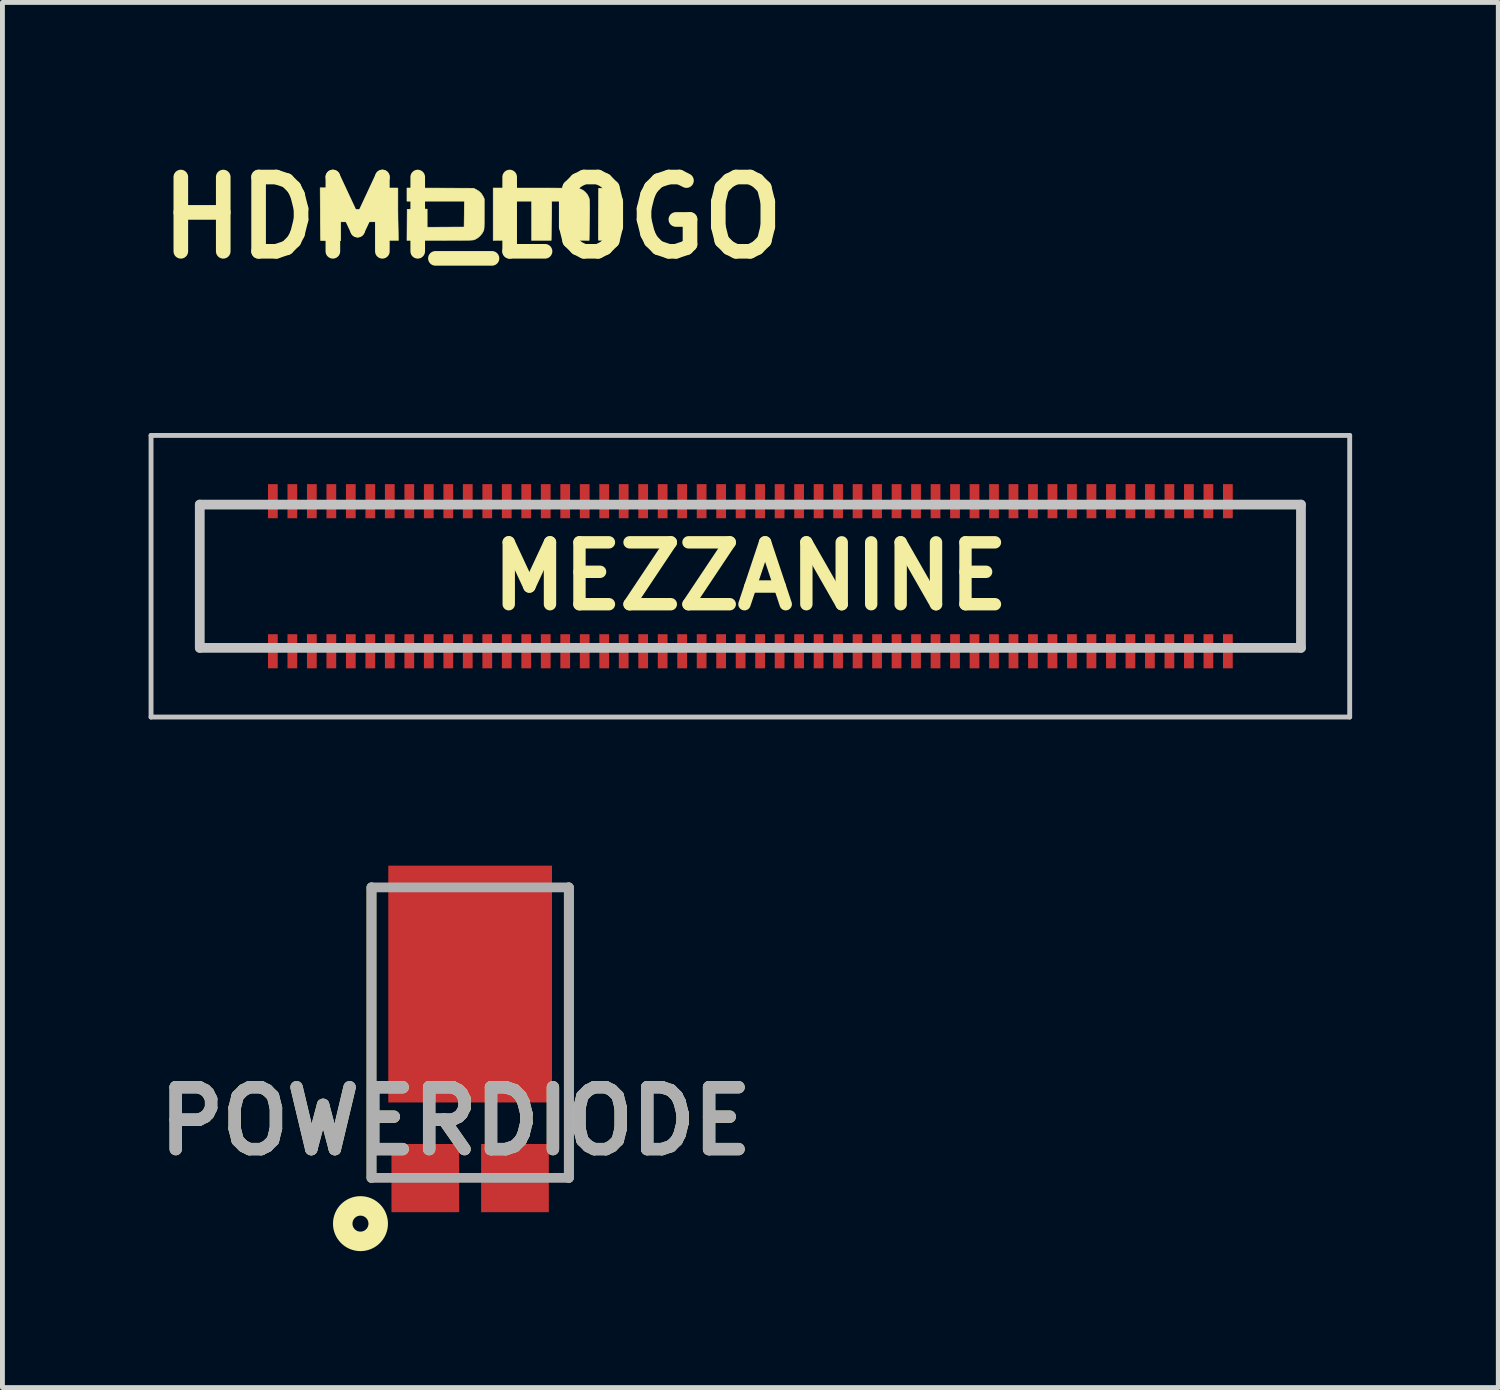
<source format=kicad_pcb>
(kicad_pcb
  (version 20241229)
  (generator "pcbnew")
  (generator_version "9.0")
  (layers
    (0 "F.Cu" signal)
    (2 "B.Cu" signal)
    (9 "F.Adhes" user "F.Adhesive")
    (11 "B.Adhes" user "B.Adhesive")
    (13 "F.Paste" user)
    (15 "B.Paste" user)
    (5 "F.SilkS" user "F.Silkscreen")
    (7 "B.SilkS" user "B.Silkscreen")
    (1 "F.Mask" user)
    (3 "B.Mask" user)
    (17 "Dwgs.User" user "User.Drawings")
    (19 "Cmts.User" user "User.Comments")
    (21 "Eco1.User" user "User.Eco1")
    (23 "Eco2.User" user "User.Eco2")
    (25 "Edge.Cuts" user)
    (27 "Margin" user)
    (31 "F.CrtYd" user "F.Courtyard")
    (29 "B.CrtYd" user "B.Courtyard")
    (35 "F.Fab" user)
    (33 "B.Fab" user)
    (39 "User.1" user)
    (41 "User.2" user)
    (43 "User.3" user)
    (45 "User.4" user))
  (footprint "POWERDIODE"
    (layer "F.Cu")
    (at 6.599 17.146)
    (property "Reference" "POWERDIODE" (at -0.297 2.813 0) (layer "F.SilkS") (effects (font (size 1.27 1.27) (thickness 0.254))))
    (attr smd)
    (fp_line (start -2.025 -1.984) (end -2.025 3.978) (stroke (width 0.2) (type solid)) (layer "F.SilkS"))
    (fp_line (start 2.025 3.978) (end 2.025 -1.984) (stroke (width 0.2) (type solid)) (layer "F.SilkS"))
    (fp_circle (center -2.251 4.917) (end -2.251 5.081) (stroke (width 0.4) (type solid)) (fill no) (layer "F.SilkS"))
    (fp_line (start -2.025 -1.984) (end 2.025 -1.984) (stroke (width 0.2) (type solid)) (layer "F.Fab"))
    (fp_line (start -2.025 3.978) (end -2.025 -1.984) (stroke (width 0.2) (type solid)) (layer "F.Fab"))
    (fp_line (start 2.025 -1.984) (end 2.025 3.978) (stroke (width 0.2) (type solid)) (layer "F.Fab"))
    (fp_line (start 2.025 3.978) (end -2.025 3.978) (stroke (width 0.2) (type solid)) (layer "F.Fab"))
    (fp_text user "${REFERENCE}" (at -0.297 2.813 0) (layer "F.Fab") (effects (font (size 1.27 1.27) (thickness 0.254))))
    (pad "1" smd rect (at 0 0) (size 3.36 4.86) (layers "F.Cu" "F.Mask" "F.Paste"))
    (pad "2" smd rect (at -0.92 3.982) (size 1.39 1.4) (layers "F.Cu" "F.Mask" "F.Paste"))
    (pad "2" smd rect (at 0.92 3.982) (size 1.39 1.4) (layers "F.Cu" "F.Mask" "F.Paste")))
  (footprint "HDMI_LOGO"
    (layer "F.Cu")
    (at 6.648 1.418)
    (property "Reference" "HDMI_LOGO" (at 0 0 0) (layer "F.SilkS") (effects (font (size 1.524 1.524) (thickness 0.3))))
    (attr through_hole)
    (fp_poly (pts (xy -2.711 -0.391) (xy -2.709 -0.169) (xy -1.943 -0.174) (xy -1.944 -0.392) (xy -1.945 -0.61) (xy -1.532 -0.61) (xy -1.532 -0.34) (xy -1.532 -0.256) (xy -1.532 -0.161) (xy -1.531 -0.06) (xy -1.53 0.04) (xy -1.528 0.133) (xy -1.527 0.198) (xy -1.521 0.466) (xy -1.939 0.466) (xy -1.939 0.085) (xy -2.322 0.085) (xy -2.705 0.085) (xy -2.705 0.47) (xy -2.91 0.472) (xy -2.967 0.473) (xy -3.018 0.472) (xy -3.061 0.472) (xy -3.094 0.471) (xy -3.114 0.469) (xy -3.119 0.468) (xy -3.119 0.458) (xy -3.12 0.434) (xy -3.121 0.395) (xy -3.122 0.343) (xy -3.122 0.281) (xy -3.123 0.208) (xy -3.124 0.127) (xy -3.125 0.04) (xy -3.125 -0.053) (xy -3.125 -0.076) (xy -3.128 -0.614) (xy -2.714 -0.614) (xy -2.711 -0.391)) (stroke (width 0.01) (type solid)) (fill yes) (layer "F.SilkS"))
    (fp_poly (pts (xy -0.663 -0.608) (xy 0.021 -0.605) (xy 0.069 -0.582) (xy 0.132 -0.543) (xy 0.181 -0.496) (xy 0.216 -0.44) (xy 0.217 -0.439) (xy 0.241 -0.385) (xy 0.241 -0.08) (xy 0.241 0.005) (xy 0.241 0.075) (xy 0.24 0.132) (xy 0.239 0.176) (xy 0.237 0.21) (xy 0.235 0.234) (xy 0.232 0.251) (xy 0.23 0.258) (xy 0.203 0.313) (xy 0.162 0.365) (xy 0.113 0.41) (xy 0.058 0.443) (xy 0.033 0.453) (xy 0.024 0.456) (xy 0.011 0.458) (xy -0.009 0.459) (xy -0.035 0.461) (xy -0.069 0.462) (xy -0.111 0.463) (xy -0.164 0.464) (xy -0.229 0.464) (xy -0.305 0.465) (xy -0.394 0.465) (xy -0.498 0.465) (xy -0.618 0.466) (xy -0.674 0.466) (xy -1.346 0.466) (xy -1.342 -0.174) (xy -0.931 -0.178) (xy -0.931 0.195) (xy -0.174 0.191) (xy -0.171 -0.074) (xy -0.169 -0.339) (xy -1.346 -0.339) (xy -1.346 -0.61) (xy -0.663 -0.608)) (stroke (width 0.01) (type solid)) (fill yes) (layer "F.SilkS"))
    (fp_poly (pts (xy 2.906 -0.608) (xy 2.944 -0.607) (xy 2.97 -0.606) (xy 2.985 -0.603) (xy 2.992 -0.6) (xy 2.993 -0.599) (xy 2.993 -0.589) (xy 2.994 -0.563) (xy 2.994 -0.524) (xy 2.994 -0.472) (xy 2.993 -0.409) (xy 2.993 -0.336) (xy 2.992 -0.255) (xy 2.992 -0.168) (xy 2.991 -0.076) (xy 2.99 -0.064) (xy 2.985 0.461) (xy 2.783 0.464) (xy 2.727 0.464) (xy 2.677 0.464) (xy 2.635 0.464) (xy 2.603 0.462) (xy 2.585 0.461) (xy 2.581 0.46) (xy 2.581 0.45) (xy 2.581 0.425) (xy 2.581 0.387) (xy 2.581 0.337) (xy 2.581 0.278) (xy 2.582 0.211) (xy 2.582 0.137) (xy 2.582 0.059) (xy 2.583 -0.021) (xy 2.583 -0.102) (xy 2.583 -0.182) (xy 2.584 -0.26) (xy 2.584 -0.332) (xy 2.585 -0.398) (xy 2.585 -0.456) (xy 2.585 -0.504) (xy 2.586 -0.54) (xy 2.586 -0.562) (xy 2.586 -0.567) (xy 2.587 -0.605) (xy 2.788 -0.608) (xy 2.855 -0.608) (xy 2.906 -0.608)) (stroke (width 0.01) (type solid)) (fill yes) (layer "F.SilkS"))
    (fp_poly (pts (xy 1.285 -0.609) (xy 1.443 -0.609) (xy 1.587 -0.609) (xy 1.716 -0.608) (xy 1.83 -0.608) (xy 1.929 -0.607) (xy 2.012 -0.606) (xy 2.079 -0.605) (xy 2.13 -0.604) (xy 2.165 -0.602) (xy 2.183 -0.601) (xy 2.184 -0.6) (xy 2.212 -0.591) (xy 2.245 -0.575) (xy 2.273 -0.559) (xy 2.319 -0.521) (xy 2.358 -0.473) (xy 2.385 -0.421) (xy 2.395 -0.389) (xy 2.398 -0.372) (xy 2.401 -0.347) (xy 2.402 -0.315) (xy 2.403 -0.272) (xy 2.404 -0.219) (xy 2.404 -0.155) (xy 2.403 -0.077) (xy 2.402 0.015) (xy 2.4 0.122) (xy 2.399 0.18) (xy 2.393 0.466) (xy 2.194 0.464) (xy 1.995 0.461) (xy 1.997 0.061) (xy 2 -0.339) (xy 1.626 -0.339) (xy 1.626 -0.192) (xy 1.625 -0.143) (xy 1.625 -0.082) (xy 1.624 -0.012) (xy 1.623 0.064) (xy 1.621 0.14) (xy 1.62 0.21) (xy 1.614 0.466) (xy 1.211 0.466) (xy 1.211 -0.339) (xy 0.838 -0.339) (xy 0.836 0.061) (xy 0.834 0.461) (xy 0.423 0.466) (xy 0.423 -0.61) (xy 1.285 -0.609)) (stroke (width 0.01) (type solid)) (fill yes) (layer "F.SilkS")))
  (footprint "MEZZANINE"
    (layer "F.Cu")
    (at 12.35 8.776)
    (property "Reference" "MEZZANINE" (at 0 0 0) (layer "F.SilkS") (effects (font (size 1.27 1.27) (thickness 0.254))))
    (attr smd)
    (fp_line (start -11.3 -1.47) (end -11.3 1.47) (stroke (width 0.1) (type solid)) (layer "F.SilkS"))
    (fp_line (start -11.3 1.47) (end -10 1.47) (stroke (width 0.1) (type solid)) (layer "F.SilkS"))
    (fp_line (start -10 -1.47) (end -11.3 -1.47) (stroke (width 0.1) (type solid)) (layer "F.SilkS"))
    (fp_line (start 10 -1.47) (end 11.3 -1.47) (stroke (width 0.1) (type solid)) (layer "F.SilkS"))
    (fp_line (start 11.3 -1.47) (end 11.3 1.47) (stroke (width 0.1) (type solid)) (layer "F.SilkS"))
    (fp_line (start 11.3 1.47) (end 10 1.47) (stroke (width 0.1) (type solid)) (layer "F.SilkS"))
    (fp_line (start -12.3 -2.89) (end 12.3 -2.89) (stroke (width 0.1) (type solid)) (layer "Dwgs.User"))
    (fp_line (start -12.3 2.89) (end -12.3 -2.89) (stroke (width 0.1) (type solid)) (layer "Dwgs.User"))
    (fp_line (start -11.3 -1.47) (end 11.3 -1.47) (stroke (width 0.2) (type solid)) (layer "Dwgs.User"))
    (fp_line (start -11.3 1.47) (end -11.3 -1.47) (stroke (width 0.2) (type solid)) (layer "Dwgs.User"))
    (fp_line (start 11.3 -1.47) (end 11.3 1.47) (stroke (width 0.2) (type solid)) (layer "Dwgs.User"))
    (fp_line (start 11.3 1.47) (end -11.3 1.47) (stroke (width 0.2) (type solid)) (layer "Dwgs.User"))
    (fp_line (start 12.3 -2.89) (end 12.3 2.89) (stroke (width 0.1) (type solid)) (layer "Dwgs.User"))
    (fp_line (start 12.3 2.89) (end -12.3 2.89) (stroke (width 0.1) (type solid)) (layer "Dwgs.User"))
    (pad "1" smd rect (at -9.8 1.54) (size 0.2 0.7) (layers "F.Cu" "F.Mask" "F.Paste"))
    (pad "2" smd rect (at -9.8 -1.54) (size 0.2 0.7) (layers "F.Cu" "F.Mask" "F.Paste"))
    (pad "3" smd rect (at -9.4 1.54) (size 0.2 0.7) (layers "F.Cu" "F.Mask" "F.Paste"))
    (pad "4" smd rect (at -9.4 -1.54) (size 0.2 0.7) (layers "F.Cu" "F.Mask" "F.Paste"))
    (pad "5" smd rect (at -9 1.54) (size 0.2 0.7) (layers "F.Cu" "F.Mask" "F.Paste"))
    (pad "6" smd rect (at -9 -1.54) (size 0.2 0.7) (layers "F.Cu" "F.Mask" "F.Paste"))
    (pad "7" smd rect (at -8.6 1.54) (size 0.2 0.7) (layers "F.Cu" "F.Mask" "F.Paste"))
    (pad "8" smd rect (at -8.6 -1.54) (size 0.2 0.7) (layers "F.Cu" "F.Mask" "F.Paste"))
    (pad "9" smd rect (at -8.2 1.54) (size 0.2 0.7) (layers "F.Cu" "F.Mask" "F.Paste"))
    (pad "10" smd rect (at -8.2 -1.54) (size 0.2 0.7) (layers "F.Cu" "F.Mask" "F.Paste"))
    (pad "11" smd rect (at -7.8 1.54) (size 0.2 0.7) (layers "F.Cu" "F.Mask" "F.Paste"))
    (pad "12" smd rect (at -7.8 -1.54) (size 0.2 0.7) (layers "F.Cu" "F.Mask" "F.Paste"))
    (pad "13" smd rect (at -7.4 1.54) (size 0.2 0.7) (layers "F.Cu" "F.Mask" "F.Paste"))
    (pad "14" smd rect (at -7.4 -1.54) (size 0.2 0.7) (layers "F.Cu" "F.Mask" "F.Paste"))
    (pad "15" smd rect (at -7 1.54) (size 0.2 0.7) (layers "F.Cu" "F.Mask" "F.Paste"))
    (pad "16" smd rect (at -7 -1.54) (size 0.2 0.7) (layers "F.Cu" "F.Mask" "F.Paste"))
    (pad "17" smd rect (at -6.6 1.54) (size 0.2 0.7) (layers "F.Cu" "F.Mask" "F.Paste"))
    (pad "18" smd rect (at -6.6 -1.54) (size 0.2 0.7) (layers "F.Cu" "F.Mask" "F.Paste"))
    (pad "19" smd rect (at -6.2 1.54) (size 0.2 0.7) (layers "F.Cu" "F.Mask" "F.Paste"))
    (pad "20" smd rect (at -6.2 -1.54) (size 0.2 0.7) (layers "F.Cu" "F.Mask" "F.Paste"))
    (pad "21" smd rect (at -5.8 1.54) (size 0.2 0.7) (layers "F.Cu" "F.Mask" "F.Paste"))
    (pad "22" smd rect (at -5.8 -1.54) (size 0.2 0.7) (layers "F.Cu" "F.Mask" "F.Paste"))
    (pad "23" smd rect (at -5.4 1.54) (size 0.2 0.7) (layers "F.Cu" "F.Mask" "F.Paste"))
    (pad "24" smd rect (at -5.4 -1.54) (size 0.2 0.7) (layers "F.Cu" "F.Mask" "F.Paste"))
    (pad "25" smd rect (at -5 1.54) (size 0.2 0.7) (layers "F.Cu" "F.Mask" "F.Paste"))
    (pad "26" smd rect (at -5 -1.54) (size 0.2 0.7) (layers "F.Cu" "F.Mask" "F.Paste"))
    (pad "27" smd rect (at -4.6 1.54) (size 0.2 0.7) (layers "F.Cu" "F.Mask" "F.Paste"))
    (pad "28" smd rect (at -4.6 -1.54) (size 0.2 0.7) (layers "F.Cu" "F.Mask" "F.Paste"))
    (pad "29" smd rect (at -4.2 1.54) (size 0.2 0.7) (layers "F.Cu" "F.Mask" "F.Paste"))
    (pad "30" smd rect (at -4.2 -1.54) (size 0.2 0.7) (layers "F.Cu" "F.Mask" "F.Paste"))
    (pad "31" smd rect (at -3.8 1.54) (size 0.2 0.7) (layers "F.Cu" "F.Mask" "F.Paste"))
    (pad "32" smd rect (at -3.8 -1.54) (size 0.2 0.7) (layers "F.Cu" "F.Mask" "F.Paste"))
    (pad "33" smd rect (at -3.4 1.54) (size 0.2 0.7) (layers "F.Cu" "F.Mask" "F.Paste"))
    (pad "34" smd rect (at -3.4 -1.54) (size 0.2 0.7) (layers "F.Cu" "F.Mask" "F.Paste"))
    (pad "35" smd rect (at -3 1.54) (size 0.2 0.7) (layers "F.Cu" "F.Mask" "F.Paste"))
    (pad "36" smd rect (at -3 -1.54) (size 0.2 0.7) (layers "F.Cu" "F.Mask" "F.Paste"))
    (pad "37" smd rect (at -2.6 1.54) (size 0.2 0.7) (layers "F.Cu" "F.Mask" "F.Paste"))
    (pad "38" smd rect (at -2.6 -1.54) (size 0.2 0.7) (layers "F.Cu" "F.Mask" "F.Paste"))
    (pad "39" smd rect (at -2.2 1.54) (size 0.2 0.7) (layers "F.Cu" "F.Mask" "F.Paste"))
    (pad "40" smd rect (at -2.2 -1.54) (size 0.2 0.7) (layers "F.Cu" "F.Mask" "F.Paste"))
    (pad "41" smd rect (at -1.8 1.54) (size 0.2 0.7) (layers "F.Cu" "F.Mask" "F.Paste"))
    (pad "42" smd rect (at -1.8 -1.54) (size 0.2 0.7) (layers "F.Cu" "F.Mask" "F.Paste"))
    (pad "43" smd rect (at -1.4 1.54) (size 0.2 0.7) (layers "F.Cu" "F.Mask" "F.Paste"))
    (pad "44" smd rect (at -1.4 -1.54) (size 0.2 0.7) (layers "F.Cu" "F.Mask" "F.Paste"))
    (pad "45" smd rect (at -1 1.54) (size 0.2 0.7) (layers "F.Cu" "F.Mask" "F.Paste"))
    (pad "46" smd rect (at -1 -1.54) (size 0.2 0.7) (layers "F.Cu" "F.Mask" "F.Paste"))
    (pad "47" smd rect (at -0.6 1.54) (size 0.2 0.7) (layers "F.Cu" "F.Mask" "F.Paste"))
    (pad "48" smd rect (at -0.6 -1.54) (size 0.2 0.7) (layers "F.Cu" "F.Mask" "F.Paste"))
    (pad "49" smd rect (at -0.2 1.54) (size 0.2 0.7) (layers "F.Cu" "F.Mask" "F.Paste"))
    (pad "50" smd rect (at -0.2 -1.54) (size 0.2 0.7) (layers "F.Cu" "F.Mask" "F.Paste"))
    (pad "51" smd rect (at 0.2 1.54) (size 0.2 0.7) (layers "F.Cu" "F.Mask" "F.Paste"))
    (pad "52" smd rect (at 0.2 -1.54) (size 0.2 0.7) (layers "F.Cu" "F.Mask" "F.Paste"))
    (pad "53" smd rect (at 0.6 1.54) (size 0.2 0.7) (layers "F.Cu" "F.Mask" "F.Paste"))
    (pad "54" smd rect (at 0.6 -1.54) (size 0.2 0.7) (layers "F.Cu" "F.Mask" "F.Paste"))
    (pad "55" smd rect (at 1 1.54) (size 0.2 0.7) (layers "F.Cu" "F.Mask" "F.Paste"))
    (pad "56" smd rect (at 1 -1.54) (size 0.2 0.7) (layers "F.Cu" "F.Mask" "F.Paste"))
    (pad "57" smd rect (at 1.4 1.54) (size 0.2 0.7) (layers "F.Cu" "F.Mask" "F.Paste"))
    (pad "58" smd rect (at 1.4 -1.54) (size 0.2 0.7) (layers "F.Cu" "F.Mask" "F.Paste"))
    (pad "59" smd rect (at 1.8 1.54) (size 0.2 0.7) (layers "F.Cu" "F.Mask" "F.Paste"))
    (pad "60" smd rect (at 1.8 -1.54) (size 0.2 0.7) (layers "F.Cu" "F.Mask" "F.Paste"))
    (pad "61" smd rect (at 2.2 1.54) (size 0.2 0.7) (layers "F.Cu" "F.Mask" "F.Paste"))
    (pad "62" smd rect (at 2.2 -1.54) (size 0.2 0.7) (layers "F.Cu" "F.Mask" "F.Paste"))
    (pad "63" smd rect (at 2.6 1.54) (size 0.2 0.7) (layers "F.Cu" "F.Mask" "F.Paste"))
    (pad "64" smd rect (at 2.6 -1.54) (size 0.2 0.7) (layers "F.Cu" "F.Mask" "F.Paste"))
    (pad "65" smd rect (at 3 1.54) (size 0.2 0.7) (layers "F.Cu" "F.Mask" "F.Paste"))
    (pad "66" smd rect (at 3 -1.54) (size 0.2 0.7) (layers "F.Cu" "F.Mask" "F.Paste"))
    (pad "67" smd rect (at 3.4 1.54) (size 0.2 0.7) (layers "F.Cu" "F.Mask" "F.Paste"))
    (pad "68" smd rect (at 3.4 -1.54) (size 0.2 0.7) (layers "F.Cu" "F.Mask" "F.Paste"))
    (pad "69" smd rect (at 3.8 1.54) (size 0.2 0.7) (layers "F.Cu" "F.Mask" "F.Paste"))
    (pad "70" smd rect (at 3.8 -1.54) (size 0.2 0.7) (layers "F.Cu" "F.Mask" "F.Paste"))
    (pad "71" smd rect (at 4.2 1.54) (size 0.2 0.7) (layers "F.Cu" "F.Mask" "F.Paste"))
    (pad "72" smd rect (at 4.2 -1.54) (size 0.2 0.7) (layers "F.Cu" "F.Mask" "F.Paste"))
    (pad "73" smd rect (at 4.6 1.54) (size 0.2 0.7) (layers "F.Cu" "F.Mask" "F.Paste"))
    (pad "74" smd rect (at 4.6 -1.54) (size 0.2 0.7) (layers "F.Cu" "F.Mask" "F.Paste"))
    (pad "75" smd rect (at 5 1.54) (size 0.2 0.7) (layers "F.Cu" "F.Mask" "F.Paste"))
    (pad "76" smd rect (at 5 -1.54) (size 0.2 0.7) (layers "F.Cu" "F.Mask" "F.Paste"))
    (pad "77" smd rect (at 5.4 1.54) (size 0.2 0.7) (layers "F.Cu" "F.Mask" "F.Paste"))
    (pad "78" smd rect (at 5.4 -1.54) (size 0.2 0.7) (layers "F.Cu" "F.Mask" "F.Paste"))
    (pad "79" smd rect (at 5.8 1.54) (size 0.2 0.7) (layers "F.Cu" "F.Mask" "F.Paste"))
    (pad "80" smd rect (at 5.8 -1.54) (size 0.2 0.7) (layers "F.Cu" "F.Mask" "F.Paste"))
    (pad "81" smd rect (at 6.2 1.54) (size 0.2 0.7) (layers "F.Cu" "F.Mask" "F.Paste"))
    (pad "82" smd rect (at 6.2 -1.54) (size 0.2 0.7) (layers "F.Cu" "F.Mask" "F.Paste"))
    (pad "83" smd rect (at 6.6 1.54) (size 0.2 0.7) (layers "F.Cu" "F.Mask" "F.Paste"))
    (pad "84" smd rect (at 6.6 -1.54) (size 0.2 0.7) (layers "F.Cu" "F.Mask" "F.Paste"))
    (pad "85" smd rect (at 7 1.54) (size 0.2 0.7) (layers "F.Cu" "F.Mask" "F.Paste"))
    (pad "86" smd rect (at 7 -1.54) (size 0.2 0.7) (layers "F.Cu" "F.Mask" "F.Paste"))
    (pad "87" smd rect (at 7.4 1.54) (size 0.2 0.7) (layers "F.Cu" "F.Mask" "F.Paste"))
    (pad "88" smd rect (at 7.4 -1.54) (size 0.2 0.7) (layers "F.Cu" "F.Mask" "F.Paste"))
    (pad "89" smd rect (at 7.8 1.54) (size 0.2 0.7) (layers "F.Cu" "F.Mask" "F.Paste"))
    (pad "90" smd rect (at 7.8 -1.54) (size 0.2 0.7) (layers "F.Cu" "F.Mask" "F.Paste"))
    (pad "91" smd rect (at 8.2 1.54) (size 0.2 0.7) (layers "F.Cu" "F.Mask" "F.Paste"))
    (pad "92" smd rect (at 8.2 -1.54) (size 0.2 0.7) (layers "F.Cu" "F.Mask" "F.Paste"))
    (pad "93" smd rect (at 8.6 1.54) (size 0.2 0.7) (layers "F.Cu" "F.Mask" "F.Paste"))
    (pad "94" smd rect (at 8.6 -1.54) (size 0.2 0.7) (layers "F.Cu" "F.Mask" "F.Paste"))
    (pad "95" smd rect (at 9 1.54) (size 0.2 0.7) (layers "F.Cu" "F.Mask" "F.Paste"))
    (pad "96" smd rect (at 9 -1.54) (size 0.2 0.7) (layers "F.Cu" "F.Mask" "F.Paste"))
    (pad "97" smd rect (at 9.4 1.54) (size 0.2 0.7) (layers "F.Cu" "F.Mask" "F.Paste"))
    (pad "98" smd rect (at 9.4 -1.54) (size 0.2 0.7) (layers "F.Cu" "F.Mask" "F.Paste"))
    (pad "99" smd rect (at 9.8 1.54) (size 0.2 0.7) (layers "F.Cu" "F.Mask" "F.Paste"))
    (pad "100" smd rect (at 9.8 -1.54) (size 0.2 0.7) (layers "F.Cu" "F.Mask" "F.Paste")))
  (gr_rect
    (start -3 -3)
    (end 27.7 25.427)
    (stroke (width 0.1) (type default))
    (fill no)
    (layer "Edge.Cuts")))
</source>
